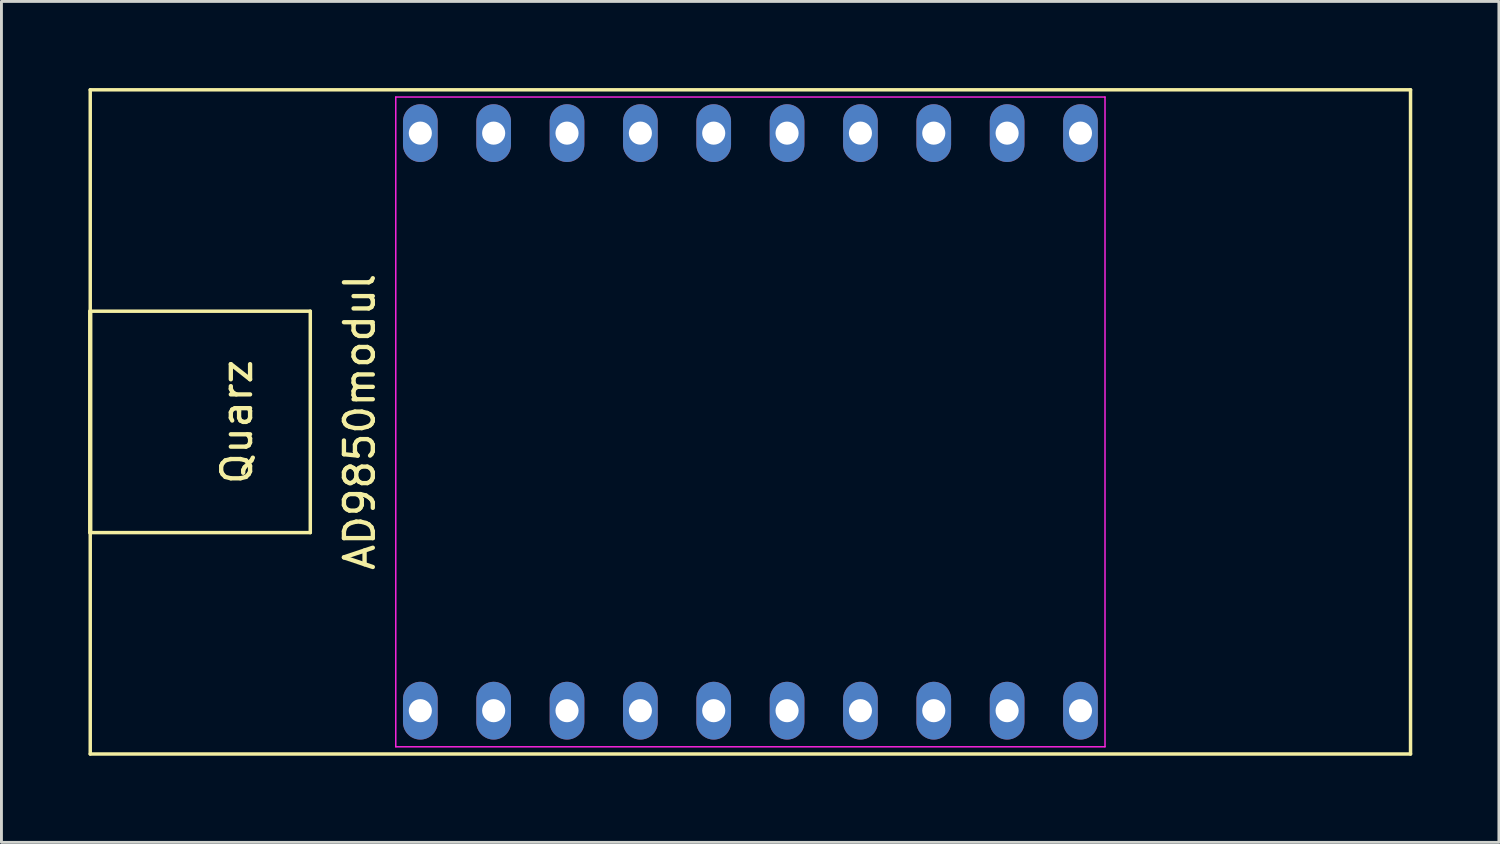
<source format=kicad_pcb>
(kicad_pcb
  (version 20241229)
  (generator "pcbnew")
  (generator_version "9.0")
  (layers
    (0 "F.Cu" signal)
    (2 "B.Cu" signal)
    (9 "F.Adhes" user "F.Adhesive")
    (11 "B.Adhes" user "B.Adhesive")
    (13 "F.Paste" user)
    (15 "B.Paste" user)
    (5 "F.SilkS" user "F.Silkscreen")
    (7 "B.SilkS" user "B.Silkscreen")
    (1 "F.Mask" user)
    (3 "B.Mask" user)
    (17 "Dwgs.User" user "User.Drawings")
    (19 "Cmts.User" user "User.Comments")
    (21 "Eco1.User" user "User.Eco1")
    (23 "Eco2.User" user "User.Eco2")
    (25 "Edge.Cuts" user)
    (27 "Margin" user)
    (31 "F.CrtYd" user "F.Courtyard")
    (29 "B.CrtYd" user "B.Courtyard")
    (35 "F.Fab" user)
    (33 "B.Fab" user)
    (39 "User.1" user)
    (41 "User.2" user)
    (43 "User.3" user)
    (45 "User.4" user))
  (footprint "AD9850modul"
    (layer "F.Cu")
    (at 22.935 11.56)
    (property "Reference" "AD9850modul" (at -13.53 0 90) (layer "F.SilkS") (effects (font (size 1 1) (thickness 0.15))))
    (attr through_hole)
    (fp_line (start -22.86 -11.5) (end -22.86 3.833) (stroke (width 0.12) (type solid)) (layer "F.SilkS"))
    (fp_line (start -22.86 -3.833) (end -22.86 3.833) (stroke (width 0.15) (type solid)) (layer "F.SilkS"))
    (fp_line (start -22.86 3.833) (end -22.86 11.5) (stroke (width 0.12) (type solid)) (layer "F.SilkS"))
    (fp_line (start -22.86 11.5) (end 22.86 11.5) (stroke (width 0.12) (type solid)) (layer "F.SilkS"))
    (fp_line (start -15.24 -3.833) (end -22.86 -3.833) (stroke (width 0.12) (type solid)) (layer "F.SilkS"))
    (fp_line (start -15.24 -3.833) (end -15.24 3.833) (stroke (width 0.12) (type solid)) (layer "F.SilkS"))
    (fp_line (start -15.24 3.833) (end -22.86 3.833) (stroke (width 0.12) (type solid)) (layer "F.SilkS"))
    (fp_line (start 22.86 -11.5) (end -22.86 -11.5) (stroke (width 0.12) (type solid)) (layer "F.SilkS"))
    (fp_line (start 22.86 11.5) (end 22.86 -11.5) (stroke (width 0.12) (type solid)) (layer "F.SilkS"))
    (fp_line (start -12.28 -11.25) (end 12.28 -11.25) (stroke (width 0.05) (type solid)) (layer "F.CrtYd"))
    (fp_line (start -12.28 11.25) (end -12.28 -11.25) (stroke (width 0.05) (type solid)) (layer "F.CrtYd"))
    (fp_line (start 12.28 -11.25) (end 12.28 11.25) (stroke (width 0.05) (type solid)) (layer "F.CrtYd"))
    (fp_line (start 12.28 11.25) (end -12.28 11.25) (stroke (width 0.05) (type solid)) (layer "F.CrtYd"))
    (fp_text user "Quarz" (at -17.78 0 90) (layer "F.SilkS") (effects (font (size 1 1) (thickness 0.15))))
    (pad "1" thru_hole oval (at -11.43 10) (size 1.2 2) (drill 0.8) (layers "*.Cu" "*.Mask"))
    (pad "2" thru_hole oval (at -8.89 10) (size 1.2 2) (drill 0.8) (layers "*.Cu" "*.Mask"))
    (pad "3" thru_hole oval (at -6.35 10) (size 1.2 2) (drill 0.8) (layers "*.Cu" "*.Mask"))
    (pad "4" thru_hole oval (at -3.81 10) (size 1.2 2) (drill 0.8) (layers "*.Cu" "*.Mask"))
    (pad "5" thru_hole oval (at -1.27 10) (size 1.2 2) (drill 0.8) (layers "*.Cu" "*.Mask"))
    (pad "6" thru_hole oval (at 1.27 10) (size 1.2 2) (drill 0.8) (layers "*.Cu" "*.Mask"))
    (pad "7" thru_hole oval (at 3.81 10) (size 1.2 2) (drill 0.8) (layers "*.Cu" "*.Mask"))
    (pad "8" thru_hole oval (at 6.35 10) (size 1.2 2) (drill 0.8) (layers "*.Cu" "*.Mask"))
    (pad "9" thru_hole oval (at 8.89 10) (size 1.2 2) (drill 0.8) (layers "*.Cu" "*.Mask"))
    (pad "10" thru_hole oval (at 11.43 10) (size 1.2 2) (drill 0.8) (layers "*.Cu" "*.Mask"))
    (pad "11" thru_hole oval (at 11.43 -10) (size 1.2 2) (drill 0.8) (layers "*.Cu" "*.Mask"))
    (pad "12" thru_hole oval (at 8.89 -10) (size 1.2 2) (drill 0.8) (layers "*.Cu" "*.Mask"))
    (pad "13" thru_hole oval (at 6.35 -10) (size 1.2 2) (drill 0.8) (layers "*.Cu" "*.Mask"))
    (pad "14" thru_hole oval (at 3.81 -10) (size 1.2 2) (drill 0.8) (layers "*.Cu" "*.Mask"))
    (pad "15" thru_hole oval (at 1.27 -10) (size 1.2 2) (drill 0.8) (layers "*.Cu" "*.Mask"))
    (pad "16" thru_hole oval (at -1.27 -10) (size 1.2 2) (drill 0.8) (layers "*.Cu" "*.Mask"))
    (pad "17" thru_hole oval (at -3.81 -10) (size 1.2 2) (drill 0.8) (layers "*.Cu" "*.Mask"))
    (pad "18" thru_hole oval (at -6.35 -10) (size 1.2 2) (drill 0.8) (layers "*.Cu" "*.Mask"))
    (pad "19" thru_hole oval (at -8.89 -10) (size 1.2 2) (drill 0.8) (layers "*.Cu" "*.Mask"))
    (pad "20" thru_hole oval (at -11.43 -10) (size 1.2 2) (drill 0.8) (layers "*.Cu" "*.Mask")))
  (gr_rect
    (start -3 -3)
    (end 48.855 26.12)
    (stroke (width 0.1) (type default))
    (fill no)
    (layer "Edge.Cuts")))
</source>
